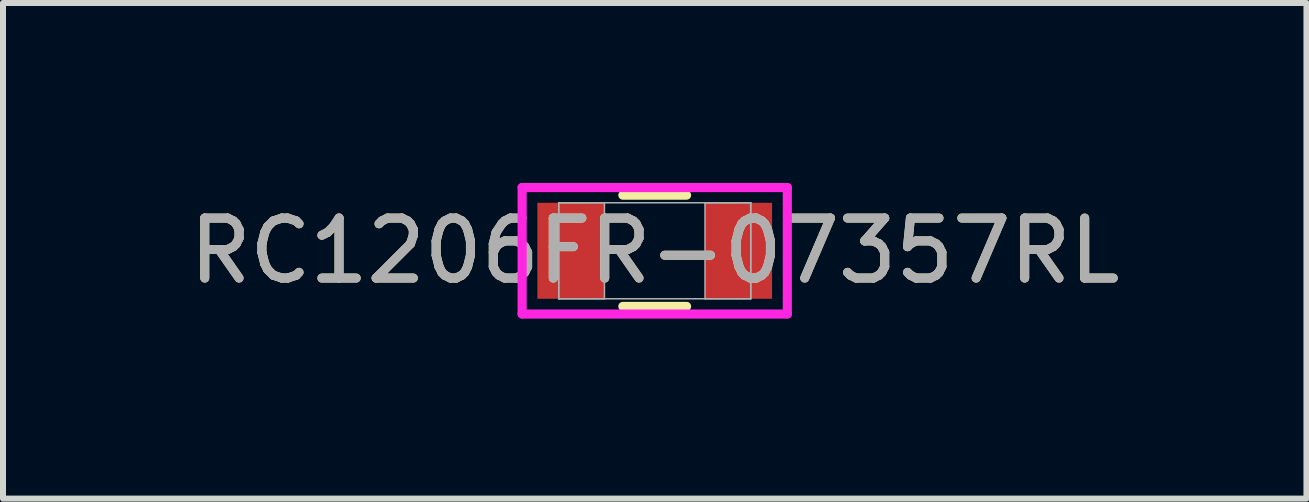
<source format=kicad_pcb>
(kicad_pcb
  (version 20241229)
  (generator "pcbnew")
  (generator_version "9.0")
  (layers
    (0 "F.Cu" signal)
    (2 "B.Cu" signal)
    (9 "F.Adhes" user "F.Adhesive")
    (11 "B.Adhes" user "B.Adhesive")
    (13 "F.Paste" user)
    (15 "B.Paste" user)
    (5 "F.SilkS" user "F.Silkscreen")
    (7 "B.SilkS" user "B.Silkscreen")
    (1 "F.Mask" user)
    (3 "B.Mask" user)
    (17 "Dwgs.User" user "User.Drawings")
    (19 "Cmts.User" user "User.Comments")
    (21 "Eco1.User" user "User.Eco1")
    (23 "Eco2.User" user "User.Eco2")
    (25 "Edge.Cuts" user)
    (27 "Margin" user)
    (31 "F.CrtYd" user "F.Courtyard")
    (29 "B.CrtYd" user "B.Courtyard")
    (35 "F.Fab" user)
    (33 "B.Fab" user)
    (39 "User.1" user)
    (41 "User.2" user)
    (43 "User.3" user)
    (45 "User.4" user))
  (footprint "RC1206FR-07357RL"
    (layer "F.Cu")
    (at 7.863 1.13)
    (property "Reference" "RC1206FR-07357RL" (at 0 0 0) (unlocked yes) (layer "F.SilkS") (effects (font (size 1 1) (thickness 0.15))))
    (attr smd)
    (fp_line (start -0.531 0.927) (end 0.531 0.927) (stroke (width 0.152) (type solid)) (layer "F.SilkS"))
    (fp_line (start 0.531 -0.927) (end -0.531 -0.927) (stroke (width 0.152) (type solid)) (layer "F.SilkS"))
    (fp_line (start -2.21 -1.054) (end 2.21 -1.054) (stroke (width 0.152) (type solid)) (layer "F.CrtYd"))
    (fp_line (start -2.21 1.054) (end -2.21 -1.054) (stroke (width 0.152) (type solid)) (layer "F.CrtYd"))
    (fp_line (start 2.21 -1.054) (end 2.21 1.054) (stroke (width 0.152) (type solid)) (layer "F.CrtYd"))
    (fp_line (start 2.21 1.054) (end -2.21 1.054) (stroke (width 0.152) (type solid)) (layer "F.CrtYd"))
    (fp_line (start -1.6 -0.8) (end -1.6 0.8) (stroke (width 0.025) (type solid)) (layer "F.Fab"))
    (fp_line (start -1.6 -0.8) (end -1.6 0.8) (stroke (width 0.025) (type solid)) (layer "F.Fab"))
    (fp_line (start -1.6 0.8) (end -0.838 0.8) (stroke (width 0.025) (type solid)) (layer "F.Fab"))
    (fp_line (start -1.6 0.8) (end 1.6 0.8) (stroke (width 0.025) (type solid)) (layer "F.Fab"))
    (fp_line (start -0.838 -0.8) (end -1.6 -0.8) (stroke (width 0.025) (type solid)) (layer "F.Fab"))
    (fp_line (start -0.838 0.8) (end -0.838 -0.8) (stroke (width 0.025) (type solid)) (layer "F.Fab"))
    (fp_line (start 0.838 -0.8) (end 0.838 0.8) (stroke (width 0.025) (type solid)) (layer "F.Fab"))
    (fp_line (start 0.838 0.8) (end 1.6 0.8) (stroke (width 0.025) (type solid)) (layer "F.Fab"))
    (fp_line (start 1.6 -0.8) (end -1.6 -0.8) (stroke (width 0.025) (type solid)) (layer "F.Fab"))
    (fp_line (start 1.6 -0.8) (end 0.838 -0.8) (stroke (width 0.025) (type solid)) (layer "F.Fab"))
    (fp_line (start 1.6 0.8) (end 1.6 -0.8) (stroke (width 0.025) (type solid)) (layer "F.Fab"))
    (fp_line (start 1.6 0.8) (end 1.6 -0.8) (stroke (width 0.025) (type solid)) (layer "F.Fab"))
    (fp_text user "${REFERENCE}" (at 0 0 0) (unlocked yes) (layer "F.Fab") (effects (font (size 1 1) (thickness 0.15))))
    (pad "1" smd rect (at -1.397 0) (size 1.118 1.6) (layers "F.Cu" "F.Mask" "F.Paste"))
    (pad "2" smd rect (at 1.397 0) (size 1.118 1.6) (layers "F.Cu" "F.Mask" "F.Paste"))
    (zone (net_name "") (layer "F.Cu") (hatch full 0.508) (connect_pads) (min_thickness 0.254) (filled_areas_thickness no) (keepout (tracks not_allowed) (vias not_allowed) (pads allowed) (copperpour not_allowed) (footprints allowed)) (placement (enabled no)) (fill) (polygon (pts (xy 7.076 0.381) (xy 8.65 0.381) (xy 8.65 1.88) (xy 7.076 1.88)))))
  (gr_rect
    (start -3 -3)
    (end 18.726 5.261)
    (stroke (width 0.1) (type default))
    (fill no)
    (layer "Edge.Cuts")))
</source>
